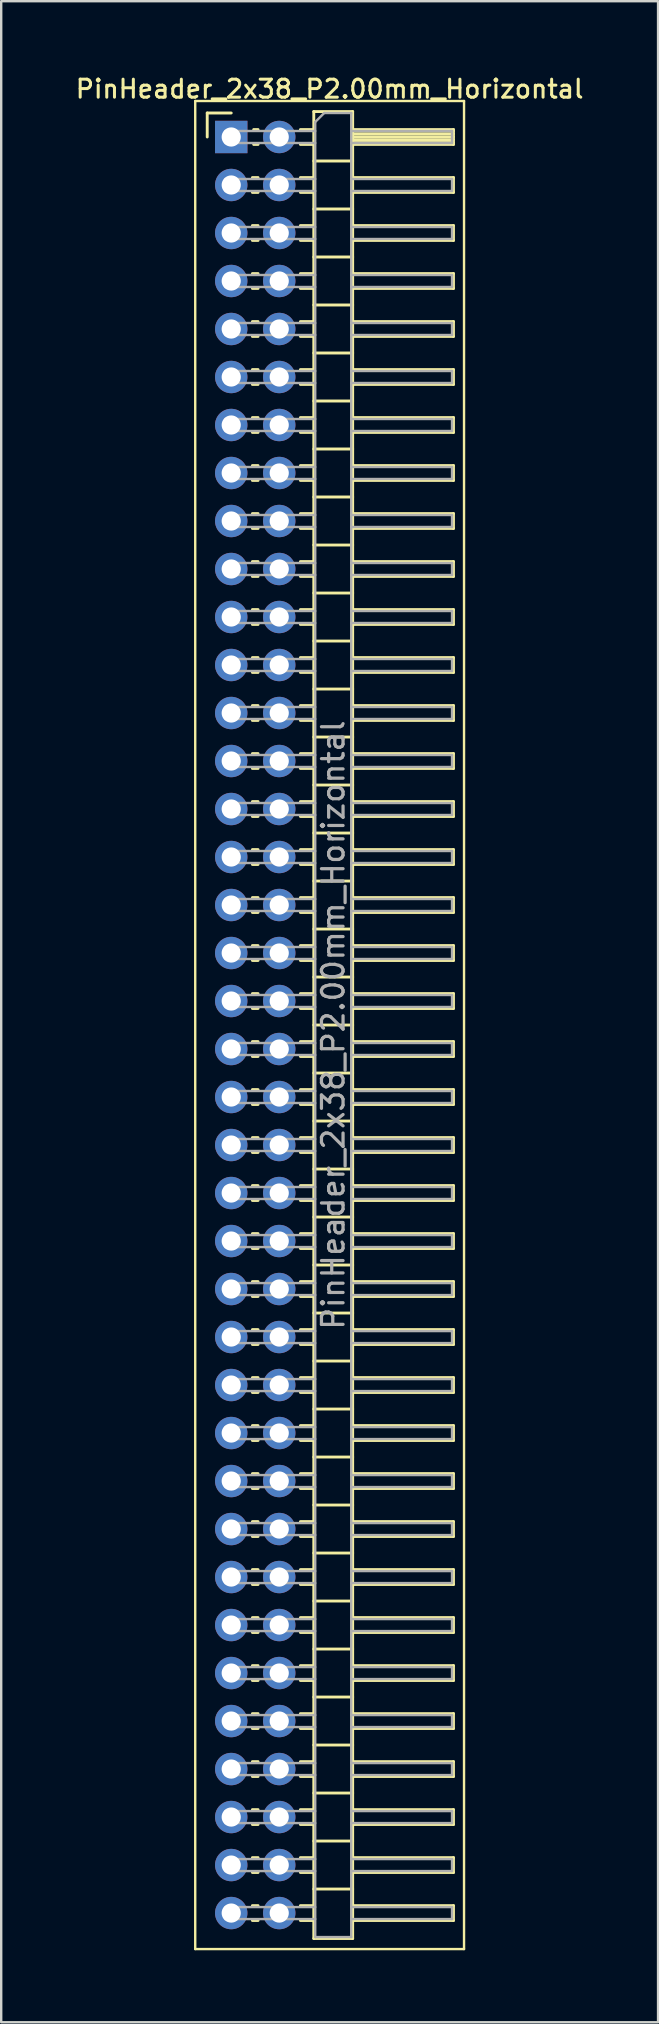
<source format=kicad_pcb>
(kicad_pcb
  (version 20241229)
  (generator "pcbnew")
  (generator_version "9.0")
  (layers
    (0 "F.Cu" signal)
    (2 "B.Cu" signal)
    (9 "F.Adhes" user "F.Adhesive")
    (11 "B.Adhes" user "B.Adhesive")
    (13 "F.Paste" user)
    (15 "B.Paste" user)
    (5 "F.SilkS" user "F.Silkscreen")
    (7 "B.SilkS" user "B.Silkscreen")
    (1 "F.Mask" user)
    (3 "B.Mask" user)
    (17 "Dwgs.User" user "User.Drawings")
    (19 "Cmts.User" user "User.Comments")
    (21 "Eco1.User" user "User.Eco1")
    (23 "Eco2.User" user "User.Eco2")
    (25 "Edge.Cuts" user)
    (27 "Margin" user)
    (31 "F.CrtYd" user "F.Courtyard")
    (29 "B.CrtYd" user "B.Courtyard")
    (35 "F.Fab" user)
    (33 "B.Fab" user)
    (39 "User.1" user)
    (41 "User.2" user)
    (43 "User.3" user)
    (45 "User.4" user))
  (footprint "PinHeader_2x38_P2.00mm_Horizontal"
    (layer "F.Cu")
    (at 6.584 2.658)
    (property "Reference" "PinHeader_2x38_P2.00mm_Horizontal" (at 4.1 -2 0) (layer "F.SilkS") (effects (font (size 0.75 0.75) (thickness 0.125))))
    (attr through_hole)
    (fp_line (start -1.5 -1.5) (end -1.5 75.5) (stroke (width 0.1) (type solid)) (layer "F.SilkS"))
    (fp_line (start -1.5 75.5) (end 9.7 75.5) (stroke (width 0.1) (type solid)) (layer "F.SilkS"))
    (fp_line (start -1 -1) (end 0 -1) (stroke (width 0.12) (type solid)) (layer "F.SilkS"))
    (fp_line (start -1 0) (end -1 -1) (stroke (width 0.12) (type solid)) (layer "F.SilkS"))
    (fp_line (start 0.882 1.69) (end 1.118 1.69) (stroke (width 0.12) (type solid)) (layer "F.SilkS"))
    (fp_line (start 0.882 2.31) (end 1.118 2.31) (stroke (width 0.12) (type solid)) (layer "F.SilkS"))
    (fp_line (start 0.882 3.69) (end 1.118 3.69) (stroke (width 0.12) (type solid)) (layer "F.SilkS"))
    (fp_line (start 0.882 4.31) (end 1.118 4.31) (stroke (width 0.12) (type solid)) (layer "F.SilkS"))
    (fp_line (start 0.882 5.69) (end 1.118 5.69) (stroke (width 0.12) (type solid)) (layer "F.SilkS"))
    (fp_line (start 0.882 6.31) (end 1.118 6.31) (stroke (width 0.12) (type solid)) (layer "F.SilkS"))
    (fp_line (start 0.882 7.69) (end 1.118 7.69) (stroke (width 0.12) (type solid)) (layer "F.SilkS"))
    (fp_line (start 0.882 8.31) (end 1.118 8.31) (stroke (width 0.12) (type solid)) (layer "F.SilkS"))
    (fp_line (start 0.882 9.69) (end 1.118 9.69) (stroke (width 0.12) (type solid)) (layer "F.SilkS"))
    (fp_line (start 0.882 10.31) (end 1.118 10.31) (stroke (width 0.12) (type solid)) (layer "F.SilkS"))
    (fp_line (start 0.882 11.69) (end 1.118 11.69) (stroke (width 0.12) (type solid)) (layer "F.SilkS"))
    (fp_line (start 0.882 12.31) (end 1.118 12.31) (stroke (width 0.12) (type solid)) (layer "F.SilkS"))
    (fp_line (start 0.882 13.69) (end 1.118 13.69) (stroke (width 0.12) (type solid)) (layer "F.SilkS"))
    (fp_line (start 0.882 14.31) (end 1.118 14.31) (stroke (width 0.12) (type solid)) (layer "F.SilkS"))
    (fp_line (start 0.882 15.69) (end 1.118 15.69) (stroke (width 0.12) (type solid)) (layer "F.SilkS"))
    (fp_line (start 0.882 16.31) (end 1.118 16.31) (stroke (width 0.12) (type solid)) (layer "F.SilkS"))
    (fp_line (start 0.882 17.69) (end 1.118 17.69) (stroke (width 0.12) (type solid)) (layer "F.SilkS"))
    (fp_line (start 0.882 18.31) (end 1.118 18.31) (stroke (width 0.12) (type solid)) (layer "F.SilkS"))
    (fp_line (start 0.882 19.69) (end 1.118 19.69) (stroke (width 0.12) (type solid)) (layer "F.SilkS"))
    (fp_line (start 0.882 20.31) (end 1.118 20.31) (stroke (width 0.12) (type solid)) (layer "F.SilkS"))
    (fp_line (start 0.882 21.69) (end 1.118 21.69) (stroke (width 0.12) (type solid)) (layer "F.SilkS"))
    (fp_line (start 0.882 22.31) (end 1.118 22.31) (stroke (width 0.12) (type solid)) (layer "F.SilkS"))
    (fp_line (start 0.882 23.69) (end 1.118 23.69) (stroke (width 0.12) (type solid)) (layer "F.SilkS"))
    (fp_line (start 0.882 24.31) (end 1.118 24.31) (stroke (width 0.12) (type solid)) (layer "F.SilkS"))
    (fp_line (start 0.882 25.69) (end 1.118 25.69) (stroke (width 0.12) (type solid)) (layer "F.SilkS"))
    (fp_line (start 0.882 26.31) (end 1.118 26.31) (stroke (width 0.12) (type solid)) (layer "F.SilkS"))
    (fp_line (start 0.882 27.69) (end 1.118 27.69) (stroke (width 0.12) (type solid)) (layer "F.SilkS"))
    (fp_line (start 0.882 28.31) (end 1.118 28.31) (stroke (width 0.12) (type solid)) (layer "F.SilkS"))
    (fp_line (start 0.882 29.69) (end 1.118 29.69) (stroke (width 0.12) (type solid)) (layer "F.SilkS"))
    (fp_line (start 0.882 30.31) (end 1.118 30.31) (stroke (width 0.12) (type solid)) (layer "F.SilkS"))
    (fp_line (start 0.882 31.69) (end 1.118 31.69) (stroke (width 0.12) (type solid)) (layer "F.SilkS"))
    (fp_line (start 0.882 32.31) (end 1.118 32.31) (stroke (width 0.12) (type solid)) (layer "F.SilkS"))
    (fp_line (start 0.882 33.69) (end 1.118 33.69) (stroke (width 0.12) (type solid)) (layer "F.SilkS"))
    (fp_line (start 0.882 34.31) (end 1.118 34.31) (stroke (width 0.12) (type solid)) (layer "F.SilkS"))
    (fp_line (start 0.882 35.69) (end 1.118 35.69) (stroke (width 0.12) (type solid)) (layer "F.SilkS"))
    (fp_line (start 0.882 36.31) (end 1.118 36.31) (stroke (width 0.12) (type solid)) (layer "F.SilkS"))
    (fp_line (start 0.882 37.69) (end 1.118 37.69) (stroke (width 0.12) (type solid)) (layer "F.SilkS"))
    (fp_line (start 0.882 38.31) (end 1.118 38.31) (stroke (width 0.12) (type solid)) (layer "F.SilkS"))
    (fp_line (start 0.882 39.69) (end 1.118 39.69) (stroke (width 0.12) (type solid)) (layer "F.SilkS"))
    (fp_line (start 0.882 40.31) (end 1.118 40.31) (stroke (width 0.12) (type solid)) (layer "F.SilkS"))
    (fp_line (start 0.882 41.69) (end 1.118 41.69) (stroke (width 0.12) (type solid)) (layer "F.SilkS"))
    (fp_line (start 0.882 42.31) (end 1.118 42.31) (stroke (width 0.12) (type solid)) (layer "F.SilkS"))
    (fp_line (start 0.882 43.69) (end 1.118 43.69) (stroke (width 0.12) (type solid)) (layer "F.SilkS"))
    (fp_line (start 0.882 44.31) (end 1.118 44.31) (stroke (width 0.12) (type solid)) (layer "F.SilkS"))
    (fp_line (start 0.882 45.69) (end 1.118 45.69) (stroke (width 0.12) (type solid)) (layer "F.SilkS"))
    (fp_line (start 0.882 46.31) (end 1.118 46.31) (stroke (width 0.12) (type solid)) (layer "F.SilkS"))
    (fp_line (start 0.882 47.69) (end 1.118 47.69) (stroke (width 0.12) (type solid)) (layer "F.SilkS"))
    (fp_line (start 0.882 48.31) (end 1.118 48.31) (stroke (width 0.12) (type solid)) (layer "F.SilkS"))
    (fp_line (start 0.882 49.69) (end 1.118 49.69) (stroke (width 0.12) (type solid)) (layer "F.SilkS"))
    (fp_line (start 0.882 50.31) (end 1.118 50.31) (stroke (width 0.12) (type solid)) (layer "F.SilkS"))
    (fp_line (start 0.882 51.69) (end 1.118 51.69) (stroke (width 0.12) (type solid)) (layer "F.SilkS"))
    (fp_line (start 0.882 52.31) (end 1.118 52.31) (stroke (width 0.12) (type solid)) (layer "F.SilkS"))
    (fp_line (start 0.882 53.69) (end 1.118 53.69) (stroke (width 0.12) (type solid)) (layer "F.SilkS"))
    (fp_line (start 0.882 54.31) (end 1.118 54.31) (stroke (width 0.12) (type solid)) (layer "F.SilkS"))
    (fp_line (start 0.882 55.69) (end 1.118 55.69) (stroke (width 0.12) (type solid)) (layer "F.SilkS"))
    (fp_line (start 0.882 56.31) (end 1.118 56.31) (stroke (width 0.12) (type solid)) (layer "F.SilkS"))
    (fp_line (start 0.882 57.69) (end 1.118 57.69) (stroke (width 0.12) (type solid)) (layer "F.SilkS"))
    (fp_line (start 0.882 58.31) (end 1.118 58.31) (stroke (width 0.12) (type solid)) (layer "F.SilkS"))
    (fp_line (start 0.882 59.69) (end 1.118 59.69) (stroke (width 0.12) (type solid)) (layer "F.SilkS"))
    (fp_line (start 0.882 60.31) (end 1.118 60.31) (stroke (width 0.12) (type solid)) (layer "F.SilkS"))
    (fp_line (start 0.882 61.69) (end 1.118 61.69) (stroke (width 0.12) (type solid)) (layer "F.SilkS"))
    (fp_line (start 0.882 62.31) (end 1.118 62.31) (stroke (width 0.12) (type solid)) (layer "F.SilkS"))
    (fp_line (start 0.882 63.69) (end 1.118 63.69) (stroke (width 0.12) (type solid)) (layer "F.SilkS"))
    (fp_line (start 0.882 64.31) (end 1.118 64.31) (stroke (width 0.12) (type solid)) (layer "F.SilkS"))
    (fp_line (start 0.882 65.69) (end 1.118 65.69) (stroke (width 0.12) (type solid)) (layer "F.SilkS"))
    (fp_line (start 0.882 66.31) (end 1.118 66.31) (stroke (width 0.12) (type solid)) (layer "F.SilkS"))
    (fp_line (start 0.882 67.69) (end 1.118 67.69) (stroke (width 0.12) (type solid)) (layer "F.SilkS"))
    (fp_line (start 0.882 68.31) (end 1.118 68.31) (stroke (width 0.12) (type solid)) (layer "F.SilkS"))
    (fp_line (start 0.882 69.69) (end 1.118 69.69) (stroke (width 0.12) (type solid)) (layer "F.SilkS"))
    (fp_line (start 0.882 70.31) (end 1.118 70.31) (stroke (width 0.12) (type solid)) (layer "F.SilkS"))
    (fp_line (start 0.882 71.69) (end 1.118 71.69) (stroke (width 0.12) (type solid)) (layer "F.SilkS"))
    (fp_line (start 0.882 72.31) (end 1.118 72.31) (stroke (width 0.12) (type solid)) (layer "F.SilkS"))
    (fp_line (start 0.882 73.69) (end 1.118 73.69) (stroke (width 0.12) (type solid)) (layer "F.SilkS"))
    (fp_line (start 0.882 74.31) (end 1.118 74.31) (stroke (width 0.12) (type solid)) (layer "F.SilkS"))
    (fp_line (start 0.935 -0.31) (end 1.118 -0.31) (stroke (width 0.12) (type solid)) (layer "F.SilkS"))
    (fp_line (start 0.935 0.31) (end 1.118 0.31) (stroke (width 0.12) (type solid)) (layer "F.SilkS"))
    (fp_line (start 2.882 -0.31) (end 3.44 -0.31) (stroke (width 0.12) (type solid)) (layer "F.SilkS"))
    (fp_line (start 2.882 0.31) (end 3.44 0.31) (stroke (width 0.12) (type solid)) (layer "F.SilkS"))
    (fp_line (start 2.882 1.69) (end 3.44 1.69) (stroke (width 0.12) (type solid)) (layer "F.SilkS"))
    (fp_line (start 2.882 2.31) (end 3.44 2.31) (stroke (width 0.12) (type solid)) (layer "F.SilkS"))
    (fp_line (start 2.882 3.69) (end 3.44 3.69) (stroke (width 0.12) (type solid)) (layer "F.SilkS"))
    (fp_line (start 2.882 4.31) (end 3.44 4.31) (stroke (width 0.12) (type solid)) (layer "F.SilkS"))
    (fp_line (start 2.882 5.69) (end 3.44 5.69) (stroke (width 0.12) (type solid)) (layer "F.SilkS"))
    (fp_line (start 2.882 6.31) (end 3.44 6.31) (stroke (width 0.12) (type solid)) (layer "F.SilkS"))
    (fp_line (start 2.882 7.69) (end 3.44 7.69) (stroke (width 0.12) (type solid)) (layer "F.SilkS"))
    (fp_line (start 2.882 8.31) (end 3.44 8.31) (stroke (width 0.12) (type solid)) (layer "F.SilkS"))
    (fp_line (start 2.882 9.69) (end 3.44 9.69) (stroke (width 0.12) (type solid)) (layer "F.SilkS"))
    (fp_line (start 2.882 10.31) (end 3.44 10.31) (stroke (width 0.12) (type solid)) (layer "F.SilkS"))
    (fp_line (start 2.882 11.69) (end 3.44 11.69) (stroke (width 0.12) (type solid)) (layer "F.SilkS"))
    (fp_line (start 2.882 12.31) (end 3.44 12.31) (stroke (width 0.12) (type solid)) (layer "F.SilkS"))
    (fp_line (start 2.882 13.69) (end 3.44 13.69) (stroke (width 0.12) (type solid)) (layer "F.SilkS"))
    (fp_line (start 2.882 14.31) (end 3.44 14.31) (stroke (width 0.12) (type solid)) (layer "F.SilkS"))
    (fp_line (start 2.882 15.69) (end 3.44 15.69) (stroke (width 0.12) (type solid)) (layer "F.SilkS"))
    (fp_line (start 2.882 16.31) (end 3.44 16.31) (stroke (width 0.12) (type solid)) (layer "F.SilkS"))
    (fp_line (start 2.882 17.69) (end 3.44 17.69) (stroke (width 0.12) (type solid)) (layer "F.SilkS"))
    (fp_line (start 2.882 18.31) (end 3.44 18.31) (stroke (width 0.12) (type solid)) (layer "F.SilkS"))
    (fp_line (start 2.882 19.69) (end 3.44 19.69) (stroke (width 0.12) (type solid)) (layer "F.SilkS"))
    (fp_line (start 2.882 20.31) (end 3.44 20.31) (stroke (width 0.12) (type solid)) (layer "F.SilkS"))
    (fp_line (start 2.882 21.69) (end 3.44 21.69) (stroke (width 0.12) (type solid)) (layer "F.SilkS"))
    (fp_line (start 2.882 22.31) (end 3.44 22.31) (stroke (width 0.12) (type solid)) (layer "F.SilkS"))
    (fp_line (start 2.882 23.69) (end 3.44 23.69) (stroke (width 0.12) (type solid)) (layer "F.SilkS"))
    (fp_line (start 2.882 24.31) (end 3.44 24.31) (stroke (width 0.12) (type solid)) (layer "F.SilkS"))
    (fp_line (start 2.882 25.69) (end 3.44 25.69) (stroke (width 0.12) (type solid)) (layer "F.SilkS"))
    (fp_line (start 2.882 26.31) (end 3.44 26.31) (stroke (width 0.12) (type solid)) (layer "F.SilkS"))
    (fp_line (start 2.882 27.69) (end 3.44 27.69) (stroke (width 0.12) (type solid)) (layer "F.SilkS"))
    (fp_line (start 2.882 28.31) (end 3.44 28.31) (stroke (width 0.12) (type solid)) (layer "F.SilkS"))
    (fp_line (start 2.882 29.69) (end 3.44 29.69) (stroke (width 0.12) (type solid)) (layer "F.SilkS"))
    (fp_line (start 2.882 30.31) (end 3.44 30.31) (stroke (width 0.12) (type solid)) (layer "F.SilkS"))
    (fp_line (start 2.882 31.69) (end 3.44 31.69) (stroke (width 0.12) (type solid)) (layer "F.SilkS"))
    (fp_line (start 2.882 32.31) (end 3.44 32.31) (stroke (width 0.12) (type solid)) (layer "F.SilkS"))
    (fp_line (start 2.882 33.69) (end 3.44 33.69) (stroke (width 0.12) (type solid)) (layer "F.SilkS"))
    (fp_line (start 2.882 34.31) (end 3.44 34.31) (stroke (width 0.12) (type solid)) (layer "F.SilkS"))
    (fp_line (start 2.882 35.69) (end 3.44 35.69) (stroke (width 0.12) (type solid)) (layer "F.SilkS"))
    (fp_line (start 2.882 36.31) (end 3.44 36.31) (stroke (width 0.12) (type solid)) (layer "F.SilkS"))
    (fp_line (start 2.882 37.69) (end 3.44 37.69) (stroke (width 0.12) (type solid)) (layer "F.SilkS"))
    (fp_line (start 2.882 38.31) (end 3.44 38.31) (stroke (width 0.12) (type solid)) (layer "F.SilkS"))
    (fp_line (start 2.882 39.69) (end 3.44 39.69) (stroke (width 0.12) (type solid)) (layer "F.SilkS"))
    (fp_line (start 2.882 40.31) (end 3.44 40.31) (stroke (width 0.12) (type solid)) (layer "F.SilkS"))
    (fp_line (start 2.882 41.69) (end 3.44 41.69) (stroke (width 0.12) (type solid)) (layer "F.SilkS"))
    (fp_line (start 2.882 42.31) (end 3.44 42.31) (stroke (width 0.12) (type solid)) (layer "F.SilkS"))
    (fp_line (start 2.882 43.69) (end 3.44 43.69) (stroke (width 0.12) (type solid)) (layer "F.SilkS"))
    (fp_line (start 2.882 44.31) (end 3.44 44.31) (stroke (width 0.12) (type solid)) (layer "F.SilkS"))
    (fp_line (start 2.882 45.69) (end 3.44 45.69) (stroke (width 0.12) (type solid)) (layer "F.SilkS"))
    (fp_line (start 2.882 46.31) (end 3.44 46.31) (stroke (width 0.12) (type solid)) (layer "F.SilkS"))
    (fp_line (start 2.882 47.69) (end 3.44 47.69) (stroke (width 0.12) (type solid)) (layer "F.SilkS"))
    (fp_line (start 2.882 48.31) (end 3.44 48.31) (stroke (width 0.12) (type solid)) (layer "F.SilkS"))
    (fp_line (start 2.882 49.69) (end 3.44 49.69) (stroke (width 0.12) (type solid)) (layer "F.SilkS"))
    (fp_line (start 2.882 50.31) (end 3.44 50.31) (stroke (width 0.12) (type solid)) (layer "F.SilkS"))
    (fp_line (start 2.882 51.69) (end 3.44 51.69) (stroke (width 0.12) (type solid)) (layer "F.SilkS"))
    (fp_line (start 2.882 52.31) (end 3.44 52.31) (stroke (width 0.12) (type solid)) (layer "F.SilkS"))
    (fp_line (start 2.882 53.69) (end 3.44 53.69) (stroke (width 0.12) (type solid)) (layer "F.SilkS"))
    (fp_line (start 2.882 54.31) (end 3.44 54.31) (stroke (width 0.12) (type solid)) (layer "F.SilkS"))
    (fp_line (start 2.882 55.69) (end 3.44 55.69) (stroke (width 0.12) (type solid)) (layer "F.SilkS"))
    (fp_line (start 2.882 56.31) (end 3.44 56.31) (stroke (width 0.12) (type solid)) (layer "F.SilkS"))
    (fp_line (start 2.882 57.69) (end 3.44 57.69) (stroke (width 0.12) (type solid)) (layer "F.SilkS"))
    (fp_line (start 2.882 58.31) (end 3.44 58.31) (stroke (width 0.12) (type solid)) (layer "F.SilkS"))
    (fp_line (start 2.882 59.69) (end 3.44 59.69) (stroke (width 0.12) (type solid)) (layer "F.SilkS"))
    (fp_line (start 2.882 60.31) (end 3.44 60.31) (stroke (width 0.12) (type solid)) (layer "F.SilkS"))
    (fp_line (start 2.882 61.69) (end 3.44 61.69) (stroke (width 0.12) (type solid)) (layer "F.SilkS"))
    (fp_line (start 2.882 62.31) (end 3.44 62.31) (stroke (width 0.12) (type solid)) (layer "F.SilkS"))
    (fp_line (start 2.882 63.69) (end 3.44 63.69) (stroke (width 0.12) (type solid)) (layer "F.SilkS"))
    (fp_line (start 2.882 64.31) (end 3.44 64.31) (stroke (width 0.12) (type solid)) (layer "F.SilkS"))
    (fp_line (start 2.882 65.69) (end 3.44 65.69) (stroke (width 0.12) (type solid)) (layer "F.SilkS"))
    (fp_line (start 2.882 66.31) (end 3.44 66.31) (stroke (width 0.12) (type solid)) (layer "F.SilkS"))
    (fp_line (start 2.882 67.69) (end 3.44 67.69) (stroke (width 0.12) (type solid)) (layer "F.SilkS"))
    (fp_line (start 2.882 68.31) (end 3.44 68.31) (stroke (width 0.12) (type solid)) (layer "F.SilkS"))
    (fp_line (start 2.882 69.69) (end 3.44 69.69) (stroke (width 0.12) (type solid)) (layer "F.SilkS"))
    (fp_line (start 2.882 70.31) (end 3.44 70.31) (stroke (width 0.12) (type solid)) (layer "F.SilkS"))
    (fp_line (start 2.882 71.69) (end 3.44 71.69) (stroke (width 0.12) (type solid)) (layer "F.SilkS"))
    (fp_line (start 2.882 72.31) (end 3.44 72.31) (stroke (width 0.12) (type solid)) (layer "F.SilkS"))
    (fp_line (start 2.882 73.69) (end 3.44 73.69) (stroke (width 0.12) (type solid)) (layer "F.SilkS"))
    (fp_line (start 2.882 74.31) (end 3.44 74.31) (stroke (width 0.12) (type solid)) (layer "F.SilkS"))
    (fp_line (start 3.44 -1.06) (end 3.44 75.06) (stroke (width 0.12) (type solid)) (layer "F.SilkS"))
    (fp_line (start 3.44 1) (end 5.06 1) (stroke (width 0.12) (type solid)) (layer "F.SilkS"))
    (fp_line (start 3.44 3) (end 5.06 3) (stroke (width 0.12) (type solid)) (layer "F.SilkS"))
    (fp_line (start 3.44 5) (end 5.06 5) (stroke (width 0.12) (type solid)) (layer "F.SilkS"))
    (fp_line (start 3.44 7) (end 5.06 7) (stroke (width 0.12) (type solid)) (layer "F.SilkS"))
    (fp_line (start 3.44 9) (end 5.06 9) (stroke (width 0.12) (type solid)) (layer "F.SilkS"))
    (fp_line (start 3.44 11) (end 5.06 11) (stroke (width 0.12) (type solid)) (layer "F.SilkS"))
    (fp_line (start 3.44 13) (end 5.06 13) (stroke (width 0.12) (type solid)) (layer "F.SilkS"))
    (fp_line (start 3.44 15) (end 5.06 15) (stroke (width 0.12) (type solid)) (layer "F.SilkS"))
    (fp_line (start 3.44 17) (end 5.06 17) (stroke (width 0.12) (type solid)) (layer "F.SilkS"))
    (fp_line (start 3.44 19) (end 5.06 19) (stroke (width 0.12) (type solid)) (layer "F.SilkS"))
    (fp_line (start 3.44 21) (end 5.06 21) (stroke (width 0.12) (type solid)) (layer "F.SilkS"))
    (fp_line (start 3.44 23) (end 5.06 23) (stroke (width 0.12) (type solid)) (layer "F.SilkS"))
    (fp_line (start 3.44 25) (end 5.06 25) (stroke (width 0.12) (type solid)) (layer "F.SilkS"))
    (fp_line (start 3.44 27) (end 5.06 27) (stroke (width 0.12) (type solid)) (layer "F.SilkS"))
    (fp_line (start 3.44 29) (end 5.06 29) (stroke (width 0.12) (type solid)) (layer "F.SilkS"))
    (fp_line (start 3.44 31) (end 5.06 31) (stroke (width 0.12) (type solid)) (layer "F.SilkS"))
    (fp_line (start 3.44 33) (end 5.06 33) (stroke (width 0.12) (type solid)) (layer "F.SilkS"))
    (fp_line (start 3.44 35) (end 5.06 35) (stroke (width 0.12) (type solid)) (layer "F.SilkS"))
    (fp_line (start 3.44 37) (end 5.06 37) (stroke (width 0.12) (type solid)) (layer "F.SilkS"))
    (fp_line (start 3.44 39) (end 5.06 39) (stroke (width 0.12) (type solid)) (layer "F.SilkS"))
    (fp_line (start 3.44 41) (end 5.06 41) (stroke (width 0.12) (type solid)) (layer "F.SilkS"))
    (fp_line (start 3.44 43) (end 5.06 43) (stroke (width 0.12) (type solid)) (layer "F.SilkS"))
    (fp_line (start 3.44 45) (end 5.06 45) (stroke (width 0.12) (type solid)) (layer "F.SilkS"))
    (fp_line (start 3.44 47) (end 5.06 47) (stroke (width 0.12) (type solid)) (layer "F.SilkS"))
    (fp_line (start 3.44 49) (end 5.06 49) (stroke (width 0.12) (type solid)) (layer "F.SilkS"))
    (fp_line (start 3.44 51) (end 5.06 51) (stroke (width 0.12) (type solid)) (layer "F.SilkS"))
    (fp_line (start 3.44 53) (end 5.06 53) (stroke (width 0.12) (type solid)) (layer "F.SilkS"))
    (fp_line (start 3.44 55) (end 5.06 55) (stroke (width 0.12) (type solid)) (layer "F.SilkS"))
    (fp_line (start 3.44 57) (end 5.06 57) (stroke (width 0.12) (type solid)) (layer "F.SilkS"))
    (fp_line (start 3.44 59) (end 5.06 59) (stroke (width 0.12) (type solid)) (layer "F.SilkS"))
    (fp_line (start 3.44 61) (end 5.06 61) (stroke (width 0.12) (type solid)) (layer "F.SilkS"))
    (fp_line (start 3.44 63) (end 5.06 63) (stroke (width 0.12) (type solid)) (layer "F.SilkS"))
    (fp_line (start 3.44 65) (end 5.06 65) (stroke (width 0.12) (type solid)) (layer "F.SilkS"))
    (fp_line (start 3.44 67) (end 5.06 67) (stroke (width 0.12) (type solid)) (layer "F.SilkS"))
    (fp_line (start 3.44 69) (end 5.06 69) (stroke (width 0.12) (type solid)) (layer "F.SilkS"))
    (fp_line (start 3.44 71) (end 5.06 71) (stroke (width 0.12) (type solid)) (layer "F.SilkS"))
    (fp_line (start 3.44 73) (end 5.06 73) (stroke (width 0.12) (type solid)) (layer "F.SilkS"))
    (fp_line (start 3.44 75.06) (end 5.06 75.06) (stroke (width 0.12) (type solid)) (layer "F.SilkS"))
    (fp_line (start 5.06 -1.06) (end 3.44 -1.06) (stroke (width 0.12) (type solid)) (layer "F.SilkS"))
    (fp_line (start 5.06 -0.31) (end 9.26 -0.31) (stroke (width 0.12) (type solid)) (layer "F.SilkS"))
    (fp_line (start 5.06 -0.25) (end 9.26 -0.25) (stroke (width 0.12) (type solid)) (layer "F.SilkS"))
    (fp_line (start 5.06 -0.13) (end 9.26 -0.13) (stroke (width 0.12) (type solid)) (layer "F.SilkS"))
    (fp_line (start 5.06 -0.01) (end 9.26 -0.01) (stroke (width 0.12) (type solid)) (layer "F.SilkS"))
    (fp_line (start 5.06 0.11) (end 9.26 0.11) (stroke (width 0.12) (type solid)) (layer "F.SilkS"))
    (fp_line (start 5.06 0.23) (end 9.26 0.23) (stroke (width 0.12) (type solid)) (layer "F.SilkS"))
    (fp_line (start 5.06 1.69) (end 9.26 1.69) (stroke (width 0.12) (type solid)) (layer "F.SilkS"))
    (fp_line (start 5.06 3.69) (end 9.26 3.69) (stroke (width 0.12) (type solid)) (layer "F.SilkS"))
    (fp_line (start 5.06 5.69) (end 9.26 5.69) (stroke (width 0.12) (type solid)) (layer "F.SilkS"))
    (fp_line (start 5.06 7.69) (end 9.26 7.69) (stroke (width 0.12) (type solid)) (layer "F.SilkS"))
    (fp_line (start 5.06 9.69) (end 9.26 9.69) (stroke (width 0.12) (type solid)) (layer "F.SilkS"))
    (fp_line (start 5.06 11.69) (end 9.26 11.69) (stroke (width 0.12) (type solid)) (layer "F.SilkS"))
    (fp_line (start 5.06 13.69) (end 9.26 13.69) (stroke (width 0.12) (type solid)) (layer "F.SilkS"))
    (fp_line (start 5.06 15.69) (end 9.26 15.69) (stroke (width 0.12) (type solid)) (layer "F.SilkS"))
    (fp_line (start 5.06 17.69) (end 9.26 17.69) (stroke (width 0.12) (type solid)) (layer "F.SilkS"))
    (fp_line (start 5.06 19.69) (end 9.26 19.69) (stroke (width 0.12) (type solid)) (layer "F.SilkS"))
    (fp_line (start 5.06 21.69) (end 9.26 21.69) (stroke (width 0.12) (type solid)) (layer "F.SilkS"))
    (fp_line (start 5.06 23.69) (end 9.26 23.69) (stroke (width 0.12) (type solid)) (layer "F.SilkS"))
    (fp_line (start 5.06 25.69) (end 9.26 25.69) (stroke (width 0.12) (type solid)) (layer "F.SilkS"))
    (fp_line (start 5.06 27.69) (end 9.26 27.69) (stroke (width 0.12) (type solid)) (layer "F.SilkS"))
    (fp_line (start 5.06 29.69) (end 9.26 29.69) (stroke (width 0.12) (type solid)) (layer "F.SilkS"))
    (fp_line (start 5.06 31.69) (end 9.26 31.69) (stroke (width 0.12) (type solid)) (layer "F.SilkS"))
    (fp_line (start 5.06 33.69) (end 9.26 33.69) (stroke (width 0.12) (type solid)) (layer "F.SilkS"))
    (fp_line (start 5.06 35.69) (end 9.26 35.69) (stroke (width 0.12) (type solid)) (layer "F.SilkS"))
    (fp_line (start 5.06 37.69) (end 9.26 37.69) (stroke (width 0.12) (type solid)) (layer "F.SilkS"))
    (fp_line (start 5.06 39.69) (end 9.26 39.69) (stroke (width 0.12) (type solid)) (layer "F.SilkS"))
    (fp_line (start 5.06 41.69) (end 9.26 41.69) (stroke (width 0.12) (type solid)) (layer "F.SilkS"))
    (fp_line (start 5.06 43.69) (end 9.26 43.69) (stroke (width 0.12) (type solid)) (layer "F.SilkS"))
    (fp_line (start 5.06 45.69) (end 9.26 45.69) (stroke (width 0.12) (type solid)) (layer "F.SilkS"))
    (fp_line (start 5.06 47.69) (end 9.26 47.69) (stroke (width 0.12) (type solid)) (layer "F.SilkS"))
    (fp_line (start 5.06 49.69) (end 9.26 49.69) (stroke (width 0.12) (type solid)) (layer "F.SilkS"))
    (fp_line (start 5.06 51.69) (end 9.26 51.69) (stroke (width 0.12) (type solid)) (layer "F.SilkS"))
    (fp_line (start 5.06 53.69) (end 9.26 53.69) (stroke (width 0.12) (type solid)) (layer "F.SilkS"))
    (fp_line (start 5.06 55.69) (end 9.26 55.69) (stroke (width 0.12) (type solid)) (layer "F.SilkS"))
    (fp_line (start 5.06 57.69) (end 9.26 57.69) (stroke (width 0.12) (type solid)) (layer "F.SilkS"))
    (fp_line (start 5.06 59.69) (end 9.26 59.69) (stroke (width 0.12) (type solid)) (layer "F.SilkS"))
    (fp_line (start 5.06 61.69) (end 9.26 61.69) (stroke (width 0.12) (type solid)) (layer "F.SilkS"))
    (fp_line (start 5.06 63.69) (end 9.26 63.69) (stroke (width 0.12) (type solid)) (layer "F.SilkS"))
    (fp_line (start 5.06 65.69) (end 9.26 65.69) (stroke (width 0.12) (type solid)) (layer "F.SilkS"))
    (fp_line (start 5.06 67.69) (end 9.26 67.69) (stroke (width 0.12) (type solid)) (layer "F.SilkS"))
    (fp_line (start 5.06 69.69) (end 9.26 69.69) (stroke (width 0.12) (type solid)) (layer "F.SilkS"))
    (fp_line (start 5.06 71.69) (end 9.26 71.69) (stroke (width 0.12) (type solid)) (layer "F.SilkS"))
    (fp_line (start 5.06 73.69) (end 9.26 73.69) (stroke (width 0.12) (type solid)) (layer "F.SilkS"))
    (fp_line (start 5.06 75.06) (end 5.06 -1.06) (stroke (width 0.12) (type solid)) (layer "F.SilkS"))
    (fp_line (start 9.26 -0.31) (end 9.26 0.31) (stroke (width 0.12) (type solid)) (layer "F.SilkS"))
    (fp_line (start 9.26 0.31) (end 5.06 0.31) (stroke (width 0.12) (type solid)) (layer "F.SilkS"))
    (fp_line (start 9.26 1.69) (end 9.26 2.31) (stroke (width 0.12) (type solid)) (layer "F.SilkS"))
    (fp_line (start 9.26 2.31) (end 5.06 2.31) (stroke (width 0.12) (type solid)) (layer "F.SilkS"))
    (fp_line (start 9.26 3.69) (end 9.26 4.31) (stroke (width 0.12) (type solid)) (layer "F.SilkS"))
    (fp_line (start 9.26 4.31) (end 5.06 4.31) (stroke (width 0.12) (type solid)) (layer "F.SilkS"))
    (fp_line (start 9.26 5.69) (end 9.26 6.31) (stroke (width 0.12) (type solid)) (layer "F.SilkS"))
    (fp_line (start 9.26 6.31) (end 5.06 6.31) (stroke (width 0.12) (type solid)) (layer "F.SilkS"))
    (fp_line (start 9.26 7.69) (end 9.26 8.31) (stroke (width 0.12) (type solid)) (layer "F.SilkS"))
    (fp_line (start 9.26 8.31) (end 5.06 8.31) (stroke (width 0.12) (type solid)) (layer "F.SilkS"))
    (fp_line (start 9.26 9.69) (end 9.26 10.31) (stroke (width 0.12) (type solid)) (layer "F.SilkS"))
    (fp_line (start 9.26 10.31) (end 5.06 10.31) (stroke (width 0.12) (type solid)) (layer "F.SilkS"))
    (fp_line (start 9.26 11.69) (end 9.26 12.31) (stroke (width 0.12) (type solid)) (layer "F.SilkS"))
    (fp_line (start 9.26 12.31) (end 5.06 12.31) (stroke (width 0.12) (type solid)) (layer "F.SilkS"))
    (fp_line (start 9.26 13.69) (end 9.26 14.31) (stroke (width 0.12) (type solid)) (layer "F.SilkS"))
    (fp_line (start 9.26 14.31) (end 5.06 14.31) (stroke (width 0.12) (type solid)) (layer "F.SilkS"))
    (fp_line (start 9.26 15.69) (end 9.26 16.31) (stroke (width 0.12) (type solid)) (layer "F.SilkS"))
    (fp_line (start 9.26 16.31) (end 5.06 16.31) (stroke (width 0.12) (type solid)) (layer "F.SilkS"))
    (fp_line (start 9.26 17.69) (end 9.26 18.31) (stroke (width 0.12) (type solid)) (layer "F.SilkS"))
    (fp_line (start 9.26 18.31) (end 5.06 18.31) (stroke (width 0.12) (type solid)) (layer "F.SilkS"))
    (fp_line (start 9.26 19.69) (end 9.26 20.31) (stroke (width 0.12) (type solid)) (layer "F.SilkS"))
    (fp_line (start 9.26 20.31) (end 5.06 20.31) (stroke (width 0.12) (type solid)) (layer "F.SilkS"))
    (fp_line (start 9.26 21.69) (end 9.26 22.31) (stroke (width 0.12) (type solid)) (layer "F.SilkS"))
    (fp_line (start 9.26 22.31) (end 5.06 22.31) (stroke (width 0.12) (type solid)) (layer "F.SilkS"))
    (fp_line (start 9.26 23.69) (end 9.26 24.31) (stroke (width 0.12) (type solid)) (layer "F.SilkS"))
    (fp_line (start 9.26 24.31) (end 5.06 24.31) (stroke (width 0.12) (type solid)) (layer "F.SilkS"))
    (fp_line (start 9.26 25.69) (end 9.26 26.31) (stroke (width 0.12) (type solid)) (layer "F.SilkS"))
    (fp_line (start 9.26 26.31) (end 5.06 26.31) (stroke (width 0.12) (type solid)) (layer "F.SilkS"))
    (fp_line (start 9.26 27.69) (end 9.26 28.31) (stroke (width 0.12) (type solid)) (layer "F.SilkS"))
    (fp_line (start 9.26 28.31) (end 5.06 28.31) (stroke (width 0.12) (type solid)) (layer "F.SilkS"))
    (fp_line (start 9.26 29.69) (end 9.26 30.31) (stroke (width 0.12) (type solid)) (layer "F.SilkS"))
    (fp_line (start 9.26 30.31) (end 5.06 30.31) (stroke (width 0.12) (type solid)) (layer "F.SilkS"))
    (fp_line (start 9.26 31.69) (end 9.26 32.31) (stroke (width 0.12) (type solid)) (layer "F.SilkS"))
    (fp_line (start 9.26 32.31) (end 5.06 32.31) (stroke (width 0.12) (type solid)) (layer "F.SilkS"))
    (fp_line (start 9.26 33.69) (end 9.26 34.31) (stroke (width 0.12) (type solid)) (layer "F.SilkS"))
    (fp_line (start 9.26 34.31) (end 5.06 34.31) (stroke (width 0.12) (type solid)) (layer "F.SilkS"))
    (fp_line (start 9.26 35.69) (end 9.26 36.31) (stroke (width 0.12) (type solid)) (layer "F.SilkS"))
    (fp_line (start 9.26 36.31) (end 5.06 36.31) (stroke (width 0.12) (type solid)) (layer "F.SilkS"))
    (fp_line (start 9.26 37.69) (end 9.26 38.31) (stroke (width 0.12) (type solid)) (layer "F.SilkS"))
    (fp_line (start 9.26 38.31) (end 5.06 38.31) (stroke (width 0.12) (type solid)) (layer "F.SilkS"))
    (fp_line (start 9.26 39.69) (end 9.26 40.31) (stroke (width 0.12) (type solid)) (layer "F.SilkS"))
    (fp_line (start 9.26 40.31) (end 5.06 40.31) (stroke (width 0.12) (type solid)) (layer "F.SilkS"))
    (fp_line (start 9.26 41.69) (end 9.26 42.31) (stroke (width 0.12) (type solid)) (layer "F.SilkS"))
    (fp_line (start 9.26 42.31) (end 5.06 42.31) (stroke (width 0.12) (type solid)) (layer "F.SilkS"))
    (fp_line (start 9.26 43.69) (end 9.26 44.31) (stroke (width 0.12) (type solid)) (layer "F.SilkS"))
    (fp_line (start 9.26 44.31) (end 5.06 44.31) (stroke (width 0.12) (type solid)) (layer "F.SilkS"))
    (fp_line (start 9.26 45.69) (end 9.26 46.31) (stroke (width 0.12) (type solid)) (layer "F.SilkS"))
    (fp_line (start 9.26 46.31) (end 5.06 46.31) (stroke (width 0.12) (type solid)) (layer "F.SilkS"))
    (fp_line (start 9.26 47.69) (end 9.26 48.31) (stroke (width 0.12) (type solid)) (layer "F.SilkS"))
    (fp_line (start 9.26 48.31) (end 5.06 48.31) (stroke (width 0.12) (type solid)) (layer "F.SilkS"))
    (fp_line (start 9.26 49.69) (end 9.26 50.31) (stroke (width 0.12) (type solid)) (layer "F.SilkS"))
    (fp_line (start 9.26 50.31) (end 5.06 50.31) (stroke (width 0.12) (type solid)) (layer "F.SilkS"))
    (fp_line (start 9.26 51.69) (end 9.26 52.31) (stroke (width 0.12) (type solid)) (layer "F.SilkS"))
    (fp_line (start 9.26 52.31) (end 5.06 52.31) (stroke (width 0.12) (type solid)) (layer "F.SilkS"))
    (fp_line (start 9.26 53.69) (end 9.26 54.31) (stroke (width 0.12) (type solid)) (layer "F.SilkS"))
    (fp_line (start 9.26 54.31) (end 5.06 54.31) (stroke (width 0.12) (type solid)) (layer "F.SilkS"))
    (fp_line (start 9.26 55.69) (end 9.26 56.31) (stroke (width 0.12) (type solid)) (layer "F.SilkS"))
    (fp_line (start 9.26 56.31) (end 5.06 56.31) (stroke (width 0.12) (type solid)) (layer "F.SilkS"))
    (fp_line (start 9.26 57.69) (end 9.26 58.31) (stroke (width 0.12) (type solid)) (layer "F.SilkS"))
    (fp_line (start 9.26 58.31) (end 5.06 58.31) (stroke (width 0.12) (type solid)) (layer "F.SilkS"))
    (fp_line (start 9.26 59.69) (end 9.26 60.31) (stroke (width 0.12) (type solid)) (layer "F.SilkS"))
    (fp_line (start 9.26 60.31) (end 5.06 60.31) (stroke (width 0.12) (type solid)) (layer "F.SilkS"))
    (fp_line (start 9.26 61.69) (end 9.26 62.31) (stroke (width 0.12) (type solid)) (layer "F.SilkS"))
    (fp_line (start 9.26 62.31) (end 5.06 62.31) (stroke (width 0.12) (type solid)) (layer "F.SilkS"))
    (fp_line (start 9.26 63.69) (end 9.26 64.31) (stroke (width 0.12) (type solid)) (layer "F.SilkS"))
    (fp_line (start 9.26 64.31) (end 5.06 64.31) (stroke (width 0.12) (type solid)) (layer "F.SilkS"))
    (fp_line (start 9.26 65.69) (end 9.26 66.31) (stroke (width 0.12) (type solid)) (layer "F.SilkS"))
    (fp_line (start 9.26 66.31) (end 5.06 66.31) (stroke (width 0.12) (type solid)) (layer "F.SilkS"))
    (fp_line (start 9.26 67.69) (end 9.26 68.31) (stroke (width 0.12) (type solid)) (layer "F.SilkS"))
    (fp_line (start 9.26 68.31) (end 5.06 68.31) (stroke (width 0.12) (type solid)) (layer "F.SilkS"))
    (fp_line (start 9.26 69.69) (end 9.26 70.31) (stroke (width 0.12) (type solid)) (layer "F.SilkS"))
    (fp_line (start 9.26 70.31) (end 5.06 70.31) (stroke (width 0.12) (type solid)) (layer "F.SilkS"))
    (fp_line (start 9.26 71.69) (end 9.26 72.31) (stroke (width 0.12) (type solid)) (layer "F.SilkS"))
    (fp_line (start 9.26 72.31) (end 5.06 72.31) (stroke (width 0.12) (type solid)) (layer "F.SilkS"))
    (fp_line (start 9.26 73.69) (end 9.26 74.31) (stroke (width 0.12) (type solid)) (layer "F.SilkS"))
    (fp_line (start 9.26 74.31) (end 5.06 74.31) (stroke (width 0.12) (type solid)) (layer "F.SilkS"))
    (fp_line (start 9.7 -1.5) (end -1.5 -1.5) (stroke (width 0.1) (type solid)) (layer "F.SilkS"))
    (fp_line (start 9.7 75.5) (end 9.7 -1.5) (stroke (width 0.1) (type solid)) (layer "F.SilkS"))
    (fp_line (start -0.25 -0.25) (end -0.25 0.25) (stroke (width 0.1) (type solid)) (layer "F.Fab"))
    (fp_line (start -0.25 -0.25) (end 3.5 -0.25) (stroke (width 0.1) (type solid)) (layer "F.Fab"))
    (fp_line (start -0.25 0.25) (end 3.5 0.25) (stroke (width 0.1) (type solid)) (layer "F.Fab"))
    (fp_line (start -0.25 1.75) (end -0.25 2.25) (stroke (width 0.1) (type solid)) (layer "F.Fab"))
    (fp_line (start -0.25 1.75) (end 3.5 1.75) (stroke (width 0.1) (type solid)) (layer "F.Fab"))
    (fp_line (start -0.25 2.25) (end 3.5 2.25) (stroke (width 0.1) (type solid)) (layer "F.Fab"))
    (fp_line (start -0.25 3.75) (end -0.25 4.25) (stroke (width 0.1) (type solid)) (layer "F.Fab"))
    (fp_line (start -0.25 3.75) (end 3.5 3.75) (stroke (width 0.1) (type solid)) (layer "F.Fab"))
    (fp_line (start -0.25 4.25) (end 3.5 4.25) (stroke (width 0.1) (type solid)) (layer "F.Fab"))
    (fp_line (start -0.25 5.75) (end -0.25 6.25) (stroke (width 0.1) (type solid)) (layer "F.Fab"))
    (fp_line (start -0.25 5.75) (end 3.5 5.75) (stroke (width 0.1) (type solid)) (layer "F.Fab"))
    (fp_line (start -0.25 6.25) (end 3.5 6.25) (stroke (width 0.1) (type solid)) (layer "F.Fab"))
    (fp_line (start -0.25 7.75) (end -0.25 8.25) (stroke (width 0.1) (type solid)) (layer "F.Fab"))
    (fp_line (start -0.25 7.75) (end 3.5 7.75) (stroke (width 0.1) (type solid)) (layer "F.Fab"))
    (fp_line (start -0.25 8.25) (end 3.5 8.25) (stroke (width 0.1) (type solid)) (layer "F.Fab"))
    (fp_line (start -0.25 9.75) (end -0.25 10.25) (stroke (width 0.1) (type solid)) (layer "F.Fab"))
    (fp_line (start -0.25 9.75) (end 3.5 9.75) (stroke (width 0.1) (type solid)) (layer "F.Fab"))
    (fp_line (start -0.25 10.25) (end 3.5 10.25) (stroke (width 0.1) (type solid)) (layer "F.Fab"))
    (fp_line (start -0.25 11.75) (end -0.25 12.25) (stroke (width 0.1) (type solid)) (layer "F.Fab"))
    (fp_line (start -0.25 11.75) (end 3.5 11.75) (stroke (width 0.1) (type solid)) (layer "F.Fab"))
    (fp_line (start -0.25 12.25) (end 3.5 12.25) (stroke (width 0.1) (type solid)) (layer "F.Fab"))
    (fp_line (start -0.25 13.75) (end -0.25 14.25) (stroke (width 0.1) (type solid)) (layer "F.Fab"))
    (fp_line (start -0.25 13.75) (end 3.5 13.75) (stroke (width 0.1) (type solid)) (layer "F.Fab"))
    (fp_line (start -0.25 14.25) (end 3.5 14.25) (stroke (width 0.1) (type solid)) (layer "F.Fab"))
    (fp_line (start -0.25 15.75) (end -0.25 16.25) (stroke (width 0.1) (type solid)) (layer "F.Fab"))
    (fp_line (start -0.25 15.75) (end 3.5 15.75) (stroke (width 0.1) (type solid)) (layer "F.Fab"))
    (fp_line (start -0.25 16.25) (end 3.5 16.25) (stroke (width 0.1) (type solid)) (layer "F.Fab"))
    (fp_line (start -0.25 17.75) (end -0.25 18.25) (stroke (width 0.1) (type solid)) (layer "F.Fab"))
    (fp_line (start -0.25 17.75) (end 3.5 17.75) (stroke (width 0.1) (type solid)) (layer "F.Fab"))
    (fp_line (start -0.25 18.25) (end 3.5 18.25) (stroke (width 0.1) (type solid)) (layer "F.Fab"))
    (fp_line (start -0.25 19.75) (end -0.25 20.25) (stroke (width 0.1) (type solid)) (layer "F.Fab"))
    (fp_line (start -0.25 19.75) (end 3.5 19.75) (stroke (width 0.1) (type solid)) (layer "F.Fab"))
    (fp_line (start -0.25 20.25) (end 3.5 20.25) (stroke (width 0.1) (type solid)) (layer "F.Fab"))
    (fp_line (start -0.25 21.75) (end -0.25 22.25) (stroke (width 0.1) (type solid)) (layer "F.Fab"))
    (fp_line (start -0.25 21.75) (end 3.5 21.75) (stroke (width 0.1) (type solid)) (layer "F.Fab"))
    (fp_line (start -0.25 22.25) (end 3.5 22.25) (stroke (width 0.1) (type solid)) (layer "F.Fab"))
    (fp_line (start -0.25 23.75) (end -0.25 24.25) (stroke (width 0.1) (type solid)) (layer "F.Fab"))
    (fp_line (start -0.25 23.75) (end 3.5 23.75) (stroke (width 0.1) (type solid)) (layer "F.Fab"))
    (fp_line (start -0.25 24.25) (end 3.5 24.25) (stroke (width 0.1) (type solid)) (layer "F.Fab"))
    (fp_line (start -0.25 25.75) (end -0.25 26.25) (stroke (width 0.1) (type solid)) (layer "F.Fab"))
    (fp_line (start -0.25 25.75) (end 3.5 25.75) (stroke (width 0.1) (type solid)) (layer "F.Fab"))
    (fp_line (start -0.25 26.25) (end 3.5 26.25) (stroke (width 0.1) (type solid)) (layer "F.Fab"))
    (fp_line (start -0.25 27.75) (end -0.25 28.25) (stroke (width 0.1) (type solid)) (layer "F.Fab"))
    (fp_line (start -0.25 27.75) (end 3.5 27.75) (stroke (width 0.1) (type solid)) (layer "F.Fab"))
    (fp_line (start -0.25 28.25) (end 3.5 28.25) (stroke (width 0.1) (type solid)) (layer "F.Fab"))
    (fp_line (start -0.25 29.75) (end -0.25 30.25) (stroke (width 0.1) (type solid)) (layer "F.Fab"))
    (fp_line (start -0.25 29.75) (end 3.5 29.75) (stroke (width 0.1) (type solid)) (layer "F.Fab"))
    (fp_line (start -0.25 30.25) (end 3.5 30.25) (stroke (width 0.1) (type solid)) (layer "F.Fab"))
    (fp_line (start -0.25 31.75) (end -0.25 32.25) (stroke (width 0.1) (type solid)) (layer "F.Fab"))
    (fp_line (start -0.25 31.75) (end 3.5 31.75) (stroke (width 0.1) (type solid)) (layer "F.Fab"))
    (fp_line (start -0.25 32.25) (end 3.5 32.25) (stroke (width 0.1) (type solid)) (layer "F.Fab"))
    (fp_line (start -0.25 33.75) (end -0.25 34.25) (stroke (width 0.1) (type solid)) (layer "F.Fab"))
    (fp_line (start -0.25 33.75) (end 3.5 33.75) (stroke (width 0.1) (type solid)) (layer "F.Fab"))
    (fp_line (start -0.25 34.25) (end 3.5 34.25) (stroke (width 0.1) (type solid)) (layer "F.Fab"))
    (fp_line (start -0.25 35.75) (end -0.25 36.25) (stroke (width 0.1) (type solid)) (layer "F.Fab"))
    (fp_line (start -0.25 35.75) (end 3.5 35.75) (stroke (width 0.1) (type solid)) (layer "F.Fab"))
    (fp_line (start -0.25 36.25) (end 3.5 36.25) (stroke (width 0.1) (type solid)) (layer "F.Fab"))
    (fp_line (start -0.25 37.75) (end -0.25 38.25) (stroke (width 0.1) (type solid)) (layer "F.Fab"))
    (fp_line (start -0.25 37.75) (end 3.5 37.75) (stroke (width 0.1) (type solid)) (layer "F.Fab"))
    (fp_line (start -0.25 38.25) (end 3.5 38.25) (stroke (width 0.1) (type solid)) (layer "F.Fab"))
    (fp_line (start -0.25 39.75) (end -0.25 40.25) (stroke (width 0.1) (type solid)) (layer "F.Fab"))
    (fp_line (start -0.25 39.75) (end 3.5 39.75) (stroke (width 0.1) (type solid)) (layer "F.Fab"))
    (fp_line (start -0.25 40.25) (end 3.5 40.25) (stroke (width 0.1) (type solid)) (layer "F.Fab"))
    (fp_line (start -0.25 41.75) (end -0.25 42.25) (stroke (width 0.1) (type solid)) (layer "F.Fab"))
    (fp_line (start -0.25 41.75) (end 3.5 41.75) (stroke (width 0.1) (type solid)) (layer "F.Fab"))
    (fp_line (start -0.25 42.25) (end 3.5 42.25) (stroke (width 0.1) (type solid)) (layer "F.Fab"))
    (fp_line (start -0.25 43.75) (end -0.25 44.25) (stroke (width 0.1) (type solid)) (layer "F.Fab"))
    (fp_line (start -0.25 43.75) (end 3.5 43.75) (stroke (width 0.1) (type solid)) (layer "F.Fab"))
    (fp_line (start -0.25 44.25) (end 3.5 44.25) (stroke (width 0.1) (type solid)) (layer "F.Fab"))
    (fp_line (start -0.25 45.75) (end -0.25 46.25) (stroke (width 0.1) (type solid)) (layer "F.Fab"))
    (fp_line (start -0.25 45.75) (end 3.5 45.75) (stroke (width 0.1) (type solid)) (layer "F.Fab"))
    (fp_line (start -0.25 46.25) (end 3.5 46.25) (stroke (width 0.1) (type solid)) (layer "F.Fab"))
    (fp_line (start -0.25 47.75) (end -0.25 48.25) (stroke (width 0.1) (type solid)) (layer "F.Fab"))
    (fp_line (start -0.25 47.75) (end 3.5 47.75) (stroke (width 0.1) (type solid)) (layer "F.Fab"))
    (fp_line (start -0.25 48.25) (end 3.5 48.25) (stroke (width 0.1) (type solid)) (layer "F.Fab"))
    (fp_line (start -0.25 49.75) (end -0.25 50.25) (stroke (width 0.1) (type solid)) (layer "F.Fab"))
    (fp_line (start -0.25 49.75) (end 3.5 49.75) (stroke (width 0.1) (type solid)) (layer "F.Fab"))
    (fp_line (start -0.25 50.25) (end 3.5 50.25) (stroke (width 0.1) (type solid)) (layer "F.Fab"))
    (fp_line (start -0.25 51.75) (end -0.25 52.25) (stroke (width 0.1) (type solid)) (layer "F.Fab"))
    (fp_line (start -0.25 51.75) (end 3.5 51.75) (stroke (width 0.1) (type solid)) (layer "F.Fab"))
    (fp_line (start -0.25 52.25) (end 3.5 52.25) (stroke (width 0.1) (type solid)) (layer "F.Fab"))
    (fp_line (start -0.25 53.75) (end -0.25 54.25) (stroke (width 0.1) (type solid)) (layer "F.Fab"))
    (fp_line (start -0.25 53.75) (end 3.5 53.75) (stroke (width 0.1) (type solid)) (layer "F.Fab"))
    (fp_line (start -0.25 54.25) (end 3.5 54.25) (stroke (width 0.1) (type solid)) (layer "F.Fab"))
    (fp_line (start -0.25 55.75) (end -0.25 56.25) (stroke (width 0.1) (type solid)) (layer "F.Fab"))
    (fp_line (start -0.25 55.75) (end 3.5 55.75) (stroke (width 0.1) (type solid)) (layer "F.Fab"))
    (fp_line (start -0.25 56.25) (end 3.5 56.25) (stroke (width 0.1) (type solid)) (layer "F.Fab"))
    (fp_line (start -0.25 57.75) (end -0.25 58.25) (stroke (width 0.1) (type solid)) (layer "F.Fab"))
    (fp_line (start -0.25 57.75) (end 3.5 57.75) (stroke (width 0.1) (type solid)) (layer "F.Fab"))
    (fp_line (start -0.25 58.25) (end 3.5 58.25) (stroke (width 0.1) (type solid)) (layer "F.Fab"))
    (fp_line (start -0.25 59.75) (end -0.25 60.25) (stroke (width 0.1) (type solid)) (layer "F.Fab"))
    (fp_line (start -0.25 59.75) (end 3.5 59.75) (stroke (width 0.1) (type solid)) (layer "F.Fab"))
    (fp_line (start -0.25 60.25) (end 3.5 60.25) (stroke (width 0.1) (type solid)) (layer "F.Fab"))
    (fp_line (start -0.25 61.75) (end -0.25 62.25) (stroke (width 0.1) (type solid)) (layer "F.Fab"))
    (fp_line (start -0.25 61.75) (end 3.5 61.75) (stroke (width 0.1) (type solid)) (layer "F.Fab"))
    (fp_line (start -0.25 62.25) (end 3.5 62.25) (stroke (width 0.1) (type solid)) (layer "F.Fab"))
    (fp_line (start -0.25 63.75) (end -0.25 64.25) (stroke (width 0.1) (type solid)) (layer "F.Fab"))
    (fp_line (start -0.25 63.75) (end 3.5 63.75) (stroke (width 0.1) (type solid)) (layer "F.Fab"))
    (fp_line (start -0.25 64.25) (end 3.5 64.25) (stroke (width 0.1) (type solid)) (layer "F.Fab"))
    (fp_line (start -0.25 65.75) (end -0.25 66.25) (stroke (width 0.1) (type solid)) (layer "F.Fab"))
    (fp_line (start -0.25 65.75) (end 3.5 65.75) (stroke (width 0.1) (type solid)) (layer "F.Fab"))
    (fp_line (start -0.25 66.25) (end 3.5 66.25) (stroke (width 0.1) (type solid)) (layer "F.Fab"))
    (fp_line (start -0.25 67.75) (end -0.25 68.25) (stroke (width 0.1) (type solid)) (layer "F.Fab"))
    (fp_line (start -0.25 67.75) (end 3.5 67.75) (stroke (width 0.1) (type solid)) (layer "F.Fab"))
    (fp_line (start -0.25 68.25) (end 3.5 68.25) (stroke (width 0.1) (type solid)) (layer "F.Fab"))
    (fp_line (start -0.25 69.75) (end -0.25 70.25) (stroke (width 0.1) (type solid)) (layer "F.Fab"))
    (fp_line (start -0.25 69.75) (end 3.5 69.75) (stroke (width 0.1) (type solid)) (layer "F.Fab"))
    (fp_line (start -0.25 70.25) (end 3.5 70.25) (stroke (width 0.1) (type solid)) (layer "F.Fab"))
    (fp_line (start -0.25 71.75) (end -0.25 72.25) (stroke (width 0.1) (type solid)) (layer "F.Fab"))
    (fp_line (start -0.25 71.75) (end 3.5 71.75) (stroke (width 0.1) (type solid)) (layer "F.Fab"))
    (fp_line (start -0.25 72.25) (end 3.5 72.25) (stroke (width 0.1) (type solid)) (layer "F.Fab"))
    (fp_line (start -0.25 73.75) (end -0.25 74.25) (stroke (width 0.1) (type solid)) (layer "F.Fab"))
    (fp_line (start -0.25 73.75) (end 3.5 73.75) (stroke (width 0.1) (type solid)) (layer "F.Fab"))
    (fp_line (start -0.25 74.25) (end 3.5 74.25) (stroke (width 0.1) (type solid)) (layer "F.Fab"))
    (fp_line (start 3.5 -0.625) (end 3.875 -1) (stroke (width 0.1) (type solid)) (layer "F.Fab"))
    (fp_line (start 3.5 75) (end 3.5 -0.625) (stroke (width 0.1) (type solid)) (layer "F.Fab"))
    (fp_line (start 3.875 -1) (end 5 -1) (stroke (width 0.1) (type solid)) (layer "F.Fab"))
    (fp_line (start 5 -1) (end 5 75) (stroke (width 0.1) (type solid)) (layer "F.Fab"))
    (fp_line (start 5 -0.25) (end 9.2 -0.25) (stroke (width 0.1) (type solid)) (layer "F.Fab"))
    (fp_line (start 5 0.25) (end 9.2 0.25) (stroke (width 0.1) (type solid)) (layer "F.Fab"))
    (fp_line (start 5 1.75) (end 9.2 1.75) (stroke (width 0.1) (type solid)) (layer "F.Fab"))
    (fp_line (start 5 2.25) (end 9.2 2.25) (stroke (width 0.1) (type solid)) (layer "F.Fab"))
    (fp_line (start 5 3.75) (end 9.2 3.75) (stroke (width 0.1) (type solid)) (layer "F.Fab"))
    (fp_line (start 5 4.25) (end 9.2 4.25) (stroke (width 0.1) (type solid)) (layer "F.Fab"))
    (fp_line (start 5 5.75) (end 9.2 5.75) (stroke (width 0.1) (type solid)) (layer "F.Fab"))
    (fp_line (start 5 6.25) (end 9.2 6.25) (stroke (width 0.1) (type solid)) (layer "F.Fab"))
    (fp_line (start 5 7.75) (end 9.2 7.75) (stroke (width 0.1) (type solid)) (layer "F.Fab"))
    (fp_line (start 5 8.25) (end 9.2 8.25) (stroke (width 0.1) (type solid)) (layer "F.Fab"))
    (fp_line (start 5 9.75) (end 9.2 9.75) (stroke (width 0.1) (type solid)) (layer "F.Fab"))
    (fp_line (start 5 10.25) (end 9.2 10.25) (stroke (width 0.1) (type solid)) (layer "F.Fab"))
    (fp_line (start 5 11.75) (end 9.2 11.75) (stroke (width 0.1) (type solid)) (layer "F.Fab"))
    (fp_line (start 5 12.25) (end 9.2 12.25) (stroke (width 0.1) (type solid)) (layer "F.Fab"))
    (fp_line (start 5 13.75) (end 9.2 13.75) (stroke (width 0.1) (type solid)) (layer "F.Fab"))
    (fp_line (start 5 14.25) (end 9.2 14.25) (stroke (width 0.1) (type solid)) (layer "F.Fab"))
    (fp_line (start 5 15.75) (end 9.2 15.75) (stroke (width 0.1) (type solid)) (layer "F.Fab"))
    (fp_line (start 5 16.25) (end 9.2 16.25) (stroke (width 0.1) (type solid)) (layer "F.Fab"))
    (fp_line (start 5 17.75) (end 9.2 17.75) (stroke (width 0.1) (type solid)) (layer "F.Fab"))
    (fp_line (start 5 18.25) (end 9.2 18.25) (stroke (width 0.1) (type solid)) (layer "F.Fab"))
    (fp_line (start 5 19.75) (end 9.2 19.75) (stroke (width 0.1) (type solid)) (layer "F.Fab"))
    (fp_line (start 5 20.25) (end 9.2 20.25) (stroke (width 0.1) (type solid)) (layer "F.Fab"))
    (fp_line (start 5 21.75) (end 9.2 21.75) (stroke (width 0.1) (type solid)) (layer "F.Fab"))
    (fp_line (start 5 22.25) (end 9.2 22.25) (stroke (width 0.1) (type solid)) (layer "F.Fab"))
    (fp_line (start 5 23.75) (end 9.2 23.75) (stroke (width 0.1) (type solid)) (layer "F.Fab"))
    (fp_line (start 5 24.25) (end 9.2 24.25) (stroke (width 0.1) (type solid)) (layer "F.Fab"))
    (fp_line (start 5 25.75) (end 9.2 25.75) (stroke (width 0.1) (type solid)) (layer "F.Fab"))
    (fp_line (start 5 26.25) (end 9.2 26.25) (stroke (width 0.1) (type solid)) (layer "F.Fab"))
    (fp_line (start 5 27.75) (end 9.2 27.75) (stroke (width 0.1) (type solid)) (layer "F.Fab"))
    (fp_line (start 5 28.25) (end 9.2 28.25) (stroke (width 0.1) (type solid)) (layer "F.Fab"))
    (fp_line (start 5 29.75) (end 9.2 29.75) (stroke (width 0.1) (type solid)) (layer "F.Fab"))
    (fp_line (start 5 30.25) (end 9.2 30.25) (stroke (width 0.1) (type solid)) (layer "F.Fab"))
    (fp_line (start 5 31.75) (end 9.2 31.75) (stroke (width 0.1) (type solid)) (layer "F.Fab"))
    (fp_line (start 5 32.25) (end 9.2 32.25) (stroke (width 0.1) (type solid)) (layer "F.Fab"))
    (fp_line (start 5 33.75) (end 9.2 33.75) (stroke (width 0.1) (type solid)) (layer "F.Fab"))
    (fp_line (start 5 34.25) (end 9.2 34.25) (stroke (width 0.1) (type solid)) (layer "F.Fab"))
    (fp_line (start 5 35.75) (end 9.2 35.75) (stroke (width 0.1) (type solid)) (layer "F.Fab"))
    (fp_line (start 5 36.25) (end 9.2 36.25) (stroke (width 0.1) (type solid)) (layer "F.Fab"))
    (fp_line (start 5 37.75) (end 9.2 37.75) (stroke (width 0.1) (type solid)) (layer "F.Fab"))
    (fp_line (start 5 38.25) (end 9.2 38.25) (stroke (width 0.1) (type solid)) (layer "F.Fab"))
    (fp_line (start 5 39.75) (end 9.2 39.75) (stroke (width 0.1) (type solid)) (layer "F.Fab"))
    (fp_line (start 5 40.25) (end 9.2 40.25) (stroke (width 0.1) (type solid)) (layer "F.Fab"))
    (fp_line (start 5 41.75) (end 9.2 41.75) (stroke (width 0.1) (type solid)) (layer "F.Fab"))
    (fp_line (start 5 42.25) (end 9.2 42.25) (stroke (width 0.1) (type solid)) (layer "F.Fab"))
    (fp_line (start 5 43.75) (end 9.2 43.75) (stroke (width 0.1) (type solid)) (layer "F.Fab"))
    (fp_line (start 5 44.25) (end 9.2 44.25) (stroke (width 0.1) (type solid)) (layer "F.Fab"))
    (fp_line (start 5 45.75) (end 9.2 45.75) (stroke (width 0.1) (type solid)) (layer "F.Fab"))
    (fp_line (start 5 46.25) (end 9.2 46.25) (stroke (width 0.1) (type solid)) (layer "F.Fab"))
    (fp_line (start 5 47.75) (end 9.2 47.75) (stroke (width 0.1) (type solid)) (layer "F.Fab"))
    (fp_line (start 5 48.25) (end 9.2 48.25) (stroke (width 0.1) (type solid)) (layer "F.Fab"))
    (fp_line (start 5 49.75) (end 9.2 49.75) (stroke (width 0.1) (type solid)) (layer "F.Fab"))
    (fp_line (start 5 50.25) (end 9.2 50.25) (stroke (width 0.1) (type solid)) (layer "F.Fab"))
    (fp_line (start 5 51.75) (end 9.2 51.75) (stroke (width 0.1) (type solid)) (layer "F.Fab"))
    (fp_line (start 5 52.25) (end 9.2 52.25) (stroke (width 0.1) (type solid)) (layer "F.Fab"))
    (fp_line (start 5 53.75) (end 9.2 53.75) (stroke (width 0.1) (type solid)) (layer "F.Fab"))
    (fp_line (start 5 54.25) (end 9.2 54.25) (stroke (width 0.1) (type solid)) (layer "F.Fab"))
    (fp_line (start 5 55.75) (end 9.2 55.75) (stroke (width 0.1) (type solid)) (layer "F.Fab"))
    (fp_line (start 5 56.25) (end 9.2 56.25) (stroke (width 0.1) (type solid)) (layer "F.Fab"))
    (fp_line (start 5 57.75) (end 9.2 57.75) (stroke (width 0.1) (type solid)) (layer "F.Fab"))
    (fp_line (start 5 58.25) (end 9.2 58.25) (stroke (width 0.1) (type solid)) (layer "F.Fab"))
    (fp_line (start 5 59.75) (end 9.2 59.75) (stroke (width 0.1) (type solid)) (layer "F.Fab"))
    (fp_line (start 5 60.25) (end 9.2 60.25) (stroke (width 0.1) (type solid)) (layer "F.Fab"))
    (fp_line (start 5 61.75) (end 9.2 61.75) (stroke (width 0.1) (type solid)) (layer "F.Fab"))
    (fp_line (start 5 62.25) (end 9.2 62.25) (stroke (width 0.1) (type solid)) (layer "F.Fab"))
    (fp_line (start 5 63.75) (end 9.2 63.75) (stroke (width 0.1) (type solid)) (layer "F.Fab"))
    (fp_line (start 5 64.25) (end 9.2 64.25) (stroke (width 0.1) (type solid)) (layer "F.Fab"))
    (fp_line (start 5 65.75) (end 9.2 65.75) (stroke (width 0.1) (type solid)) (layer "F.Fab"))
    (fp_line (start 5 66.25) (end 9.2 66.25) (stroke (width 0.1) (type solid)) (layer "F.Fab"))
    (fp_line (start 5 67.75) (end 9.2 67.75) (stroke (width 0.1) (type solid)) (layer "F.Fab"))
    (fp_line (start 5 68.25) (end 9.2 68.25) (stroke (width 0.1) (type solid)) (layer "F.Fab"))
    (fp_line (start 5 69.75) (end 9.2 69.75) (stroke (width 0.1) (type solid)) (layer "F.Fab"))
    (fp_line (start 5 70.25) (end 9.2 70.25) (stroke (width 0.1) (type solid)) (layer "F.Fab"))
    (fp_line (start 5 71.75) (end 9.2 71.75) (stroke (width 0.1) (type solid)) (layer "F.Fab"))
    (fp_line (start 5 72.25) (end 9.2 72.25) (stroke (width 0.1) (type solid)) (layer "F.Fab"))
    (fp_line (start 5 73.75) (end 9.2 73.75) (stroke (width 0.1) (type solid)) (layer "F.Fab"))
    (fp_line (start 5 74.25) (end 9.2 74.25) (stroke (width 0.1) (type solid)) (layer "F.Fab"))
    (fp_line (start 5 75) (end 3.5 75) (stroke (width 0.1) (type solid)) (layer "F.Fab"))
    (fp_line (start 9.2 -0.25) (end 9.2 0.25) (stroke (width 0.1) (type solid)) (layer "F.Fab"))
    (fp_line (start 9.2 1.75) (end 9.2 2.25) (stroke (width 0.1) (type solid)) (layer "F.Fab"))
    (fp_line (start 9.2 3.75) (end 9.2 4.25) (stroke (width 0.1) (type solid)) (layer "F.Fab"))
    (fp_line (start 9.2 5.75) (end 9.2 6.25) (stroke (width 0.1) (type solid)) (layer "F.Fab"))
    (fp_line (start 9.2 7.75) (end 9.2 8.25) (stroke (width 0.1) (type solid)) (layer "F.Fab"))
    (fp_line (start 9.2 9.75) (end 9.2 10.25) (stroke (width 0.1) (type solid)) (layer "F.Fab"))
    (fp_line (start 9.2 11.75) (end 9.2 12.25) (stroke (width 0.1) (type solid)) (layer "F.Fab"))
    (fp_line (start 9.2 13.75) (end 9.2 14.25) (stroke (width 0.1) (type solid)) (layer "F.Fab"))
    (fp_line (start 9.2 15.75) (end 9.2 16.25) (stroke (width 0.1) (type solid)) (layer "F.Fab"))
    (fp_line (start 9.2 17.75) (end 9.2 18.25) (stroke (width 0.1) (type solid)) (layer "F.Fab"))
    (fp_line (start 9.2 19.75) (end 9.2 20.25) (stroke (width 0.1) (type solid)) (layer "F.Fab"))
    (fp_line (start 9.2 21.75) (end 9.2 22.25) (stroke (width 0.1) (type solid)) (layer "F.Fab"))
    (fp_line (start 9.2 23.75) (end 9.2 24.25) (stroke (width 0.1) (type solid)) (layer "F.Fab"))
    (fp_line (start 9.2 25.75) (end 9.2 26.25) (stroke (width 0.1) (type solid)) (layer "F.Fab"))
    (fp_line (start 9.2 27.75) (end 9.2 28.25) (stroke (width 0.1) (type solid)) (layer "F.Fab"))
    (fp_line (start 9.2 29.75) (end 9.2 30.25) (stroke (width 0.1) (type solid)) (layer "F.Fab"))
    (fp_line (start 9.2 31.75) (end 9.2 32.25) (stroke (width 0.1) (type solid)) (layer "F.Fab"))
    (fp_line (start 9.2 33.75) (end 9.2 34.25) (stroke (width 0.1) (type solid)) (layer "F.Fab"))
    (fp_line (start 9.2 35.75) (end 9.2 36.25) (stroke (width 0.1) (type solid)) (layer "F.Fab"))
    (fp_line (start 9.2 37.75) (end 9.2 38.25) (stroke (width 0.1) (type solid)) (layer "F.Fab"))
    (fp_line (start 9.2 39.75) (end 9.2 40.25) (stroke (width 0.1) (type solid)) (layer "F.Fab"))
    (fp_line (start 9.2 41.75) (end 9.2 42.25) (stroke (width 0.1) (type solid)) (layer "F.Fab"))
    (fp_line (start 9.2 43.75) (end 9.2 44.25) (stroke (width 0.1) (type solid)) (layer "F.Fab"))
    (fp_line (start 9.2 45.75) (end 9.2 46.25) (stroke (width 0.1) (type solid)) (layer "F.Fab"))
    (fp_line (start 9.2 47.75) (end 9.2 48.25) (stroke (width 0.1) (type solid)) (layer "F.Fab"))
    (fp_line (start 9.2 49.75) (end 9.2 50.25) (stroke (width 0.1) (type solid)) (layer "F.Fab"))
    (fp_line (start 9.2 51.75) (end 9.2 52.25) (stroke (width 0.1) (type solid)) (layer "F.Fab"))
    (fp_line (start 9.2 53.75) (end 9.2 54.25) (stroke (width 0.1) (type solid)) (layer "F.Fab"))
    (fp_line (start 9.2 55.75) (end 9.2 56.25) (stroke (width 0.1) (type solid)) (layer "F.Fab"))
    (fp_line (start 9.2 57.75) (end 9.2 58.25) (stroke (width 0.1) (type solid)) (layer "F.Fab"))
    (fp_line (start 9.2 59.75) (end 9.2 60.25) (stroke (width 0.1) (type solid)) (layer "F.Fab"))
    (fp_line (start 9.2 61.75) (end 9.2 62.25) (stroke (width 0.1) (type solid)) (layer "F.Fab"))
    (fp_line (start 9.2 63.75) (end 9.2 64.25) (stroke (width 0.1) (type solid)) (layer "F.Fab"))
    (fp_line (start 9.2 65.75) (end 9.2 66.25) (stroke (width 0.1) (type solid)) (layer "F.Fab"))
    (fp_line (start 9.2 67.75) (end 9.2 68.25) (stroke (width 0.1) (type solid)) (layer "F.Fab"))
    (fp_line (start 9.2 69.75) (end 9.2 70.25) (stroke (width 0.1) (type solid)) (layer "F.Fab"))
    (fp_line (start 9.2 71.75) (end 9.2 72.25) (stroke (width 0.1) (type solid)) (layer "F.Fab"))
    (fp_line (start 9.2 73.75) (end 9.2 74.25) (stroke (width 0.1) (type solid)) (layer "F.Fab"))
    (fp_text user "${REFERENCE}" (at 4.25 37 90) (layer "F.Fab") (effects (font (size 0.9 0.9) (thickness 0.135))))
    (pad "1" thru_hole rect (at 0 0) (size 1.35 1.35) (drill 0.8) (layers "*.Cu" "*.Mask"))
    (pad "2" thru_hole oval (at 2 0) (size 1.35 1.35) (drill 0.8) (layers "*.Cu" "*.Mask"))
    (pad "3" thru_hole oval (at 0 2) (size 1.35 1.35) (drill 0.8) (layers "*.Cu" "*.Mask"))
    (pad "4" thru_hole oval (at 2 2) (size 1.35 1.35) (drill 0.8) (layers "*.Cu" "*.Mask"))
    (pad "5" thru_hole oval (at 0 4) (size 1.35 1.35) (drill 0.8) (layers "*.Cu" "*.Mask"))
    (pad "6" thru_hole oval (at 2 4) (size 1.35 1.35) (drill 0.8) (layers "*.Cu" "*.Mask"))
    (pad "7" thru_hole oval (at 0 6) (size 1.35 1.35) (drill 0.8) (layers "*.Cu" "*.Mask"))
    (pad "8" thru_hole oval (at 2 6) (size 1.35 1.35) (drill 0.8) (layers "*.Cu" "*.Mask"))
    (pad "9" thru_hole oval (at 0 8) (size 1.35 1.35) (drill 0.8) (layers "*.Cu" "*.Mask"))
    (pad "10" thru_hole oval (at 2 8) (size 1.35 1.35) (drill 0.8) (layers "*.Cu" "*.Mask"))
    (pad "11" thru_hole oval (at 0 10) (size 1.35 1.35) (drill 0.8) (layers "*.Cu" "*.Mask"))
    (pad "12" thru_hole oval (at 2 10) (size 1.35 1.35) (drill 0.8) (layers "*.Cu" "*.Mask"))
    (pad "13" thru_hole oval (at 0 12) (size 1.35 1.35) (drill 0.8) (layers "*.Cu" "*.Mask"))
    (pad "14" thru_hole oval (at 2 12) (size 1.35 1.35) (drill 0.8) (layers "*.Cu" "*.Mask"))
    (pad "15" thru_hole oval (at 0 14) (size 1.35 1.35) (drill 0.8) (layers "*.Cu" "*.Mask"))
    (pad "16" thru_hole oval (at 2 14) (size 1.35 1.35) (drill 0.8) (layers "*.Cu" "*.Mask"))
    (pad "17" thru_hole oval (at 0 16) (size 1.35 1.35) (drill 0.8) (layers "*.Cu" "*.Mask"))
    (pad "18" thru_hole oval (at 2 16) (size 1.35 1.35) (drill 0.8) (layers "*.Cu" "*.Mask"))
    (pad "19" thru_hole oval (at 0 18) (size 1.35 1.35) (drill 0.8) (layers "*.Cu" "*.Mask"))
    (pad "20" thru_hole oval (at 2 18) (size 1.35 1.35) (drill 0.8) (layers "*.Cu" "*.Mask"))
    (pad "21" thru_hole oval (at 0 20) (size 1.35 1.35) (drill 0.8) (layers "*.Cu" "*.Mask"))
    (pad "22" thru_hole oval (at 2 20) (size 1.35 1.35) (drill 0.8) (layers "*.Cu" "*.Mask"))
    (pad "23" thru_hole oval (at 0 22) (size 1.35 1.35) (drill 0.8) (layers "*.Cu" "*.Mask"))
    (pad "24" thru_hole oval (at 2 22) (size 1.35 1.35) (drill 0.8) (layers "*.Cu" "*.Mask"))
    (pad "25" thru_hole oval (at 0 24) (size 1.35 1.35) (drill 0.8) (layers "*.Cu" "*.Mask"))
    (pad "26" thru_hole oval (at 2 24) (size 1.35 1.35) (drill 0.8) (layers "*.Cu" "*.Mask"))
    (pad "27" thru_hole oval (at 0 26) (size 1.35 1.35) (drill 0.8) (layers "*.Cu" "*.Mask"))
    (pad "28" thru_hole oval (at 2 26) (size 1.35 1.35) (drill 0.8) (layers "*.Cu" "*.Mask"))
    (pad "29" thru_hole oval (at 0 28) (size 1.35 1.35) (drill 0.8) (layers "*.Cu" "*.Mask"))
    (pad "30" thru_hole oval (at 2 28) (size 1.35 1.35) (drill 0.8) (layers "*.Cu" "*.Mask"))
    (pad "31" thru_hole oval (at 0 30) (size 1.35 1.35) (drill 0.8) (layers "*.Cu" "*.Mask"))
    (pad "32" thru_hole oval (at 2 30) (size 1.35 1.35) (drill 0.8) (layers "*.Cu" "*.Mask"))
    (pad "33" thru_hole oval (at 0 32) (size 1.35 1.35) (drill 0.8) (layers "*.Cu" "*.Mask"))
    (pad "34" thru_hole oval (at 2 32) (size 1.35 1.35) (drill 0.8) (layers "*.Cu" "*.Mask"))
    (pad "35" thru_hole oval (at 0 34) (size 1.35 1.35) (drill 0.8) (layers "*.Cu" "*.Mask"))
    (pad "36" thru_hole oval (at 2 34) (size 1.35 1.35) (drill 0.8) (layers "*.Cu" "*.Mask"))
    (pad "37" thru_hole oval (at 0 36) (size 1.35 1.35) (drill 0.8) (layers "*.Cu" "*.Mask"))
    (pad "38" thru_hole oval (at 2 36) (size 1.35 1.35) (drill 0.8) (layers "*.Cu" "*.Mask"))
    (pad "39" thru_hole oval (at 0 38) (size 1.35 1.35) (drill 0.8) (layers "*.Cu" "*.Mask"))
    (pad "40" thru_hole oval (at 2 38) (size 1.35 1.35) (drill 0.8) (layers "*.Cu" "*.Mask"))
    (pad "41" thru_hole oval (at 0 40) (size 1.35 1.35) (drill 0.8) (layers "*.Cu" "*.Mask"))
    (pad "42" thru_hole oval (at 2 40) (size 1.35 1.35) (drill 0.8) (layers "*.Cu" "*.Mask"))
    (pad "43" thru_hole oval (at 0 42) (size 1.35 1.35) (drill 0.8) (layers "*.Cu" "*.Mask"))
    (pad "44" thru_hole oval (at 2 42) (size 1.35 1.35) (drill 0.8) (layers "*.Cu" "*.Mask"))
    (pad "45" thru_hole oval (at 0 44) (size 1.35 1.35) (drill 0.8) (layers "*.Cu" "*.Mask"))
    (pad "46" thru_hole oval (at 2 44) (size 1.35 1.35) (drill 0.8) (layers "*.Cu" "*.Mask"))
    (pad "47" thru_hole oval (at 0 46) (size 1.35 1.35) (drill 0.8) (layers "*.Cu" "*.Mask"))
    (pad "48" thru_hole oval (at 2 46) (size 1.35 1.35) (drill 0.8) (layers "*.Cu" "*.Mask"))
    (pad "49" thru_hole oval (at 0 48) (size 1.35 1.35) (drill 0.8) (layers "*.Cu" "*.Mask"))
    (pad "50" thru_hole oval (at 2 48) (size 1.35 1.35) (drill 0.8) (layers "*.Cu" "*.Mask"))
    (pad "51" thru_hole oval (at 0 50) (size 1.35 1.35) (drill 0.8) (layers "*.Cu" "*.Mask"))
    (pad "52" thru_hole oval (at 2 50) (size 1.35 1.35) (drill 0.8) (layers "*.Cu" "*.Mask"))
    (pad "53" thru_hole oval (at 0 52) (size 1.35 1.35) (drill 0.8) (layers "*.Cu" "*.Mask"))
    (pad "54" thru_hole oval (at 2 52) (size 1.35 1.35) (drill 0.8) (layers "*.Cu" "*.Mask"))
    (pad "55" thru_hole oval (at 0 54) (size 1.35 1.35) (drill 0.8) (layers "*.Cu" "*.Mask"))
    (pad "56" thru_hole oval (at 2 54) (size 1.35 1.35) (drill 0.8) (layers "*.Cu" "*.Mask"))
    (pad "57" thru_hole oval (at 0 56) (size 1.35 1.35) (drill 0.8) (layers "*.Cu" "*.Mask"))
    (pad "58" thru_hole oval (at 2 56) (size 1.35 1.35) (drill 0.8) (layers "*.Cu" "*.Mask"))
    (pad "59" thru_hole oval (at 0 58) (size 1.35 1.35) (drill 0.8) (layers "*.Cu" "*.Mask"))
    (pad "60" thru_hole oval (at 2 58) (size 1.35 1.35) (drill 0.8) (layers "*.Cu" "*.Mask"))
    (pad "61" thru_hole oval (at 0 60) (size 1.35 1.35) (drill 0.8) (layers "*.Cu" "*.Mask"))
    (pad "62" thru_hole oval (at 2 60) (size 1.35 1.35) (drill 0.8) (layers "*.Cu" "*.Mask"))
    (pad "63" thru_hole oval (at 0 62) (size 1.35 1.35) (drill 0.8) (layers "*.Cu" "*.Mask"))
    (pad "64" thru_hole oval (at 2 62) (size 1.35 1.35) (drill 0.8) (layers "*.Cu" "*.Mask"))
    (pad "65" thru_hole oval (at 0 64) (size 1.35 1.35) (drill 0.8) (layers "*.Cu" "*.Mask"))
    (pad "66" thru_hole oval (at 2 64) (size 1.35 1.35) (drill 0.8) (layers "*.Cu" "*.Mask"))
    (pad "67" thru_hole oval (at 0 66) (size 1.35 1.35) (drill 0.8) (layers "*.Cu" "*.Mask"))
    (pad "68" thru_hole oval (at 2 66) (size 1.35 1.35) (drill 0.8) (layers "*.Cu" "*.Mask"))
    (pad "69" thru_hole oval (at 0 68) (size 1.35 1.35) (drill 0.8) (layers "*.Cu" "*.Mask"))
    (pad "70" thru_hole oval (at 2 68) (size 1.35 1.35) (drill 0.8) (layers "*.Cu" "*.Mask"))
    (pad "71" thru_hole oval (at 0 70) (size 1.35 1.35) (drill 0.8) (layers "*.Cu" "*.Mask"))
    (pad "72" thru_hole oval (at 2 70) (size 1.35 1.35) (drill 0.8) (layers "*.Cu" "*.Mask"))
    (pad "73" thru_hole oval (at 0 72) (size 1.35 1.35) (drill 0.8) (layers "*.Cu" "*.Mask"))
    (pad "74" thru_hole oval (at 2 72) (size 1.35 1.35) (drill 0.8) (layers "*.Cu" "*.Mask"))
    (pad "75" thru_hole oval (at 0 74) (size 1.35 1.35) (drill 0.8) (layers "*.Cu" "*.Mask"))
    (pad "76" thru_hole oval (at 2 74) (size 1.35 1.35) (drill 0.8) (layers "*.Cu" "*.Mask")))
  (gr_rect
    (start -3 -3)
    (end 24.368 81.208)
    (stroke (width 0.1) (type default))
    (fill no)
    (layer "Edge.Cuts")))
</source>
